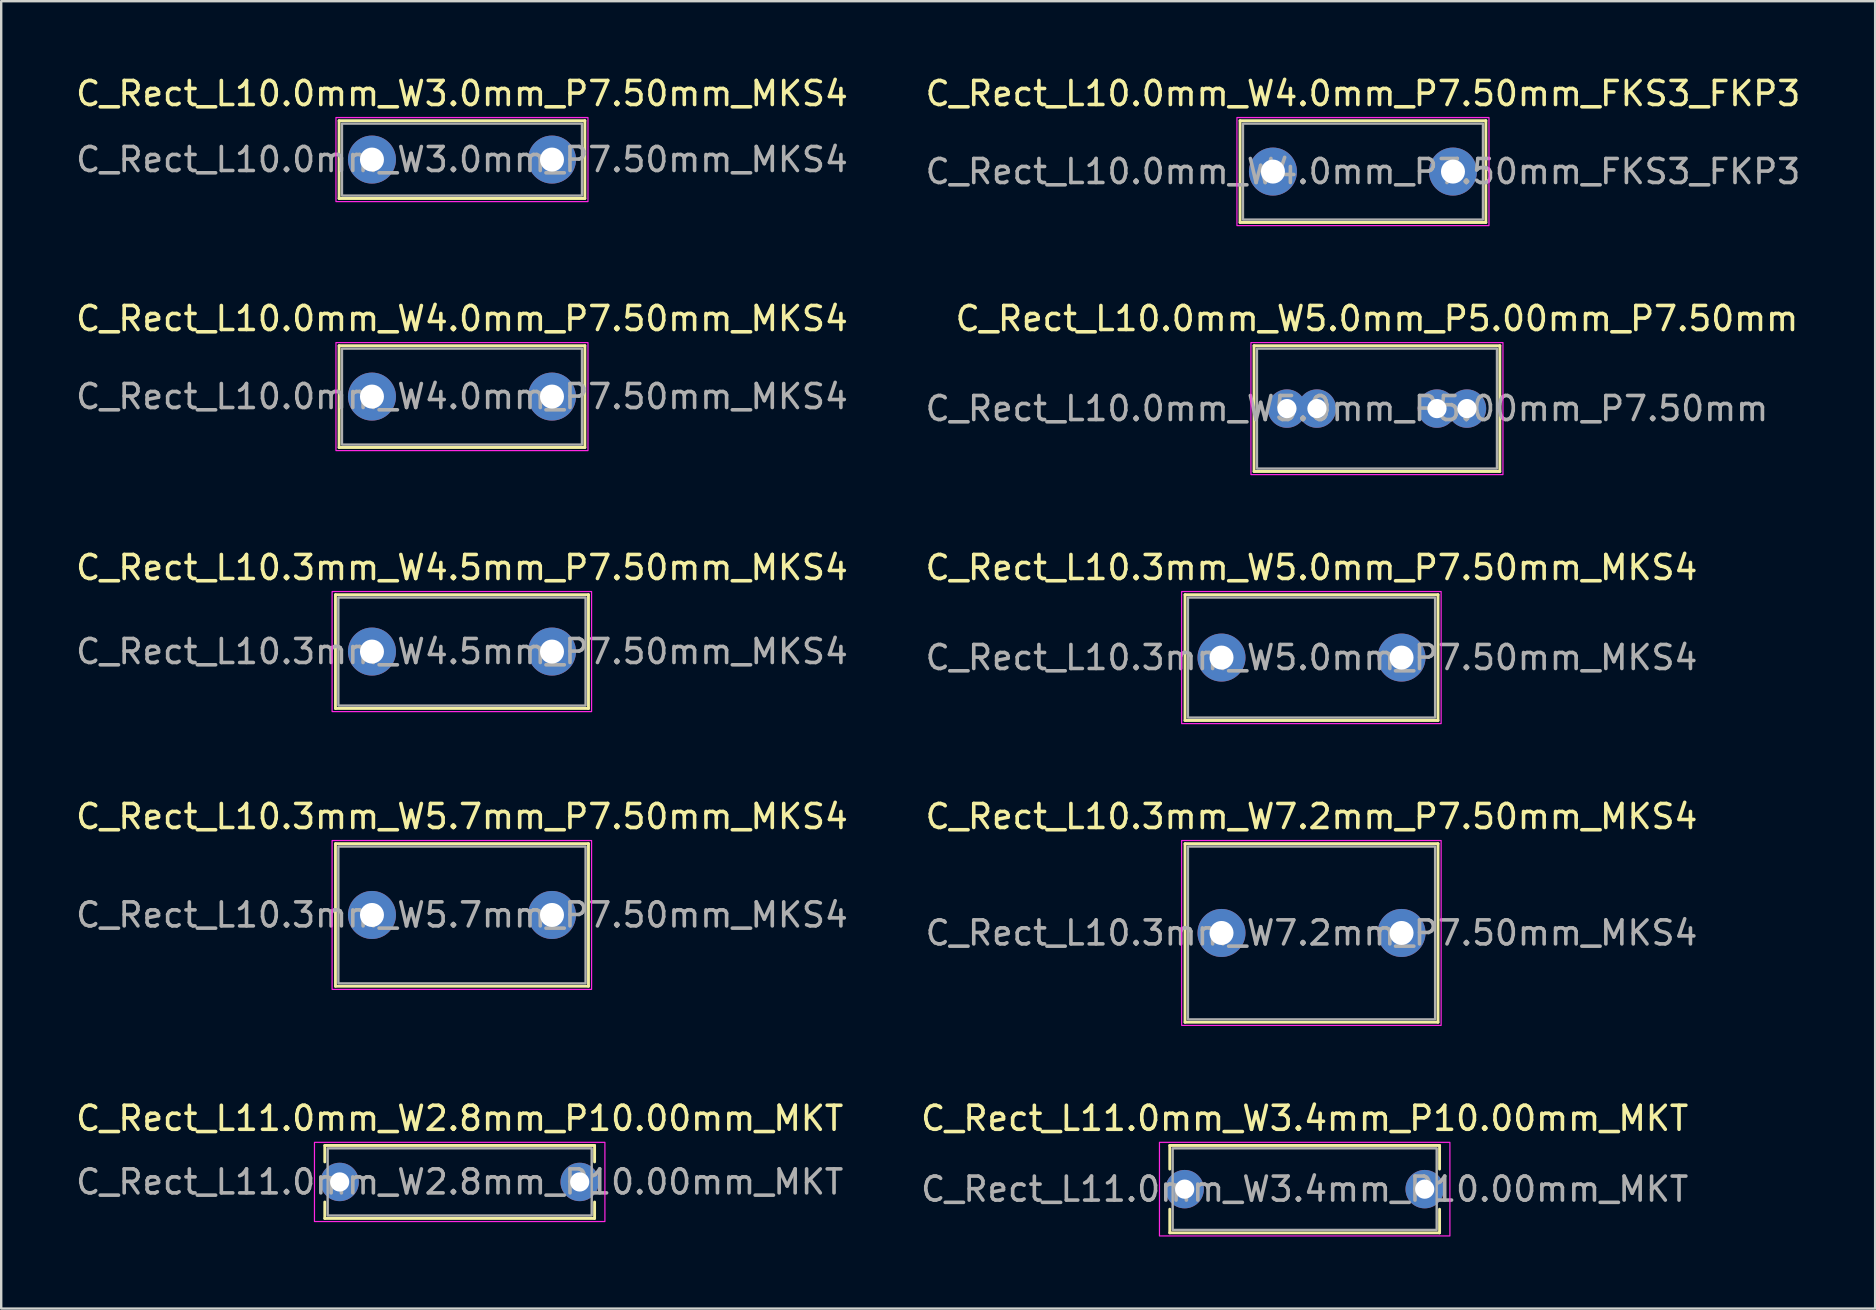
<source format=kicad_pcb>
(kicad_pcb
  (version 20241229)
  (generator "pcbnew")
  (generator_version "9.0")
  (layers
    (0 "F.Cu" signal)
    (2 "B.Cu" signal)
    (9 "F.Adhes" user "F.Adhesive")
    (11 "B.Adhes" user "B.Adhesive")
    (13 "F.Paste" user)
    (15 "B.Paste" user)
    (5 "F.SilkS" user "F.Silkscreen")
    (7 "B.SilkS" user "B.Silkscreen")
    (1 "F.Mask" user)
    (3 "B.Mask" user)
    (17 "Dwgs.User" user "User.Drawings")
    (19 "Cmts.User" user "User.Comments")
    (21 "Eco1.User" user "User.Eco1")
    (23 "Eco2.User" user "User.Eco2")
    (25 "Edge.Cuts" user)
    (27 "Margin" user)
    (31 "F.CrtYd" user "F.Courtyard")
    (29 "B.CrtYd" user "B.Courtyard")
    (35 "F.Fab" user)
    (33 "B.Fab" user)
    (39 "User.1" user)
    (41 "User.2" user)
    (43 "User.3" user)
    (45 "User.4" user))
  (footprint "C_Rect_L11.0mm_W2.8mm_P10.00mm_MKT"
    (layer "F.Cu")
    (at 11.101 46.191)
    (property "Reference" "C_Rect_L11.0mm_W2.8mm_P10.00mm_MKT" (at 5 -2.65 0) (layer "F.SilkS") (effects (font (size 1 1) (thickness 0.15))))
    (attr through_hole)
    (fp_line (start -0.62 -1.52) (end 10.62 -1.52) (stroke (width 0.12) (type solid)) (layer "F.SilkS"))
    (fp_line (start -0.62 -0.835) (end -0.62 -1.52) (stroke (width 0.12) (type solid)) (layer "F.SilkS"))
    (fp_line (start -0.62 1.52) (end -0.62 0.835) (stroke (width 0.12) (type solid)) (layer "F.SilkS"))
    (fp_line (start 10.62 -1.52) (end 10.62 -0.835) (stroke (width 0.12) (type solid)) (layer "F.SilkS"))
    (fp_line (start 10.62 0.835) (end 10.62 1.52) (stroke (width 0.12) (type solid)) (layer "F.SilkS"))
    (fp_line (start 10.62 1.52) (end -0.62 1.52) (stroke (width 0.12) (type solid)) (layer "F.SilkS"))
    (fp_rect (start -1.05 -1.65) (end 11.05 1.65) (stroke (width 0.05) (type solid)) (fill no) (layer "F.CrtYd"))
    (fp_rect (start -0.5 -1.4) (end 10.5 1.4) (stroke (width 0.1) (type solid)) (fill no) (layer "F.Fab"))
    (fp_text user "${REFERENCE}" (at 5 0 0) (layer "F.Fab") (effects (font (size 1 1) (thickness 0.15))))
    (pad "1" thru_hole circle (at 0 0) (size 1.6 1.6) (drill 0.8) (layers "*.Cu" "*.Mask"))
    (pad "2" thru_hole circle (at 10 0) (size 1.6 1.6) (drill 0.8) (layers "*.Cu" "*.Mask")))
  (footprint "C_Rect_L10.3mm_W5.7mm_P7.50mm_MKS4"
    (layer "F.Cu")
    (at 12.446 35.068)
    (property "Reference" "C_Rect_L10.3mm_W5.7mm_P7.50mm_MKS4" (at 3.75 -4.1 0) (layer "F.SilkS") (effects (font (size 1 1) (thickness 0.15))))
    (attr through_hole)
    (fp_line (start -1.52 -2.97) (end 9.02 -2.97) (stroke (width 0.12) (type solid)) (layer "F.SilkS"))
    (fp_line (start -1.52 2.97) (end -1.52 -2.97) (stroke (width 0.12) (type solid)) (layer "F.SilkS"))
    (fp_line (start 9.02 -2.97) (end 9.02 2.97) (stroke (width 0.12) (type solid)) (layer "F.SilkS"))
    (fp_line (start 9.02 2.97) (end -1.52 2.97) (stroke (width 0.12) (type solid)) (layer "F.SilkS"))
    (fp_rect (start -1.66 -3.1) (end 9.15 3.1) (stroke (width 0.05) (type solid)) (fill no) (layer "F.CrtYd"))
    (fp_rect (start -1.4 -2.85) (end 8.9 2.85) (stroke (width 0.1) (type solid)) (fill no) (layer "F.Fab"))
    (fp_text user "${REFERENCE}" (at 3.75 0 0) (layer "F.Fab") (effects (font (size 1 1) (thickness 0.15))))
    (pad "1" thru_hole circle (at 0 0) (size 2 2) (drill 1) (layers "*.Cu" "*.Mask"))
    (pad "2" thru_hole circle (at 7.5 0) (size 2 2) (drill 1) (layers "*.Cu" "*.Mask")))
  (footprint "C_Rect_L10.3mm_W7.2mm_P7.50mm_MKS4"
    (layer "F.Cu")
    (at 47.839 35.818)
    (property "Reference" "C_Rect_L10.3mm_W7.2mm_P7.50mm_MKS4" (at 3.75 -4.85 0) (layer "F.SilkS") (effects (font (size 1 1) (thickness 0.15))))
    (attr through_hole)
    (fp_line (start -1.52 -3.72) (end 9.02 -3.72) (stroke (width 0.12) (type solid)) (layer "F.SilkS"))
    (fp_line (start -1.52 3.72) (end -1.52 -3.72) (stroke (width 0.12) (type solid)) (layer "F.SilkS"))
    (fp_line (start 9.02 -3.72) (end 9.02 3.72) (stroke (width 0.12) (type solid)) (layer "F.SilkS"))
    (fp_line (start 9.02 3.72) (end -1.52 3.72) (stroke (width 0.12) (type solid)) (layer "F.SilkS"))
    (fp_rect (start -1.66 -3.85) (end 9.15 3.85) (stroke (width 0.05) (type solid)) (fill no) (layer "F.CrtYd"))
    (fp_rect (start -1.4 -3.6) (end 8.9 3.6) (stroke (width 0.1) (type solid)) (fill no) (layer "F.Fab"))
    (fp_text user "${REFERENCE}" (at 3.75 0 0) (layer "F.Fab") (effects (font (size 1 1) (thickness 0.15))))
    (pad "1" thru_hole circle (at 0 0) (size 2 2) (drill 1) (layers "*.Cu" "*.Mask"))
    (pad "2" thru_hole circle (at 7.5 0) (size 2 2) (drill 1) (layers "*.Cu" "*.Mask")))
  (footprint "C_Rect_L10.3mm_W5.0mm_P7.50mm_MKS4"
    (layer "F.Cu")
    (at 47.839 24.345)
    (property "Reference" "C_Rect_L10.3mm_W5.0mm_P7.50mm_MKS4" (at 3.75 -3.75 0) (layer "F.SilkS") (effects (font (size 1 1) (thickness 0.15))))
    (attr through_hole)
    (fp_line (start -1.52 -2.62) (end 9.02 -2.62) (stroke (width 0.12) (type solid)) (layer "F.SilkS"))
    (fp_line (start -1.52 2.62) (end -1.52 -2.62) (stroke (width 0.12) (type solid)) (layer "F.SilkS"))
    (fp_line (start 9.02 -2.62) (end 9.02 2.62) (stroke (width 0.12) (type solid)) (layer "F.SilkS"))
    (fp_line (start 9.02 2.62) (end -1.52 2.62) (stroke (width 0.12) (type solid)) (layer "F.SilkS"))
    (fp_rect (start -1.66 -2.75) (end 9.15 2.75) (stroke (width 0.05) (type solid)) (fill no) (layer "F.CrtYd"))
    (fp_rect (start -1.4 -2.5) (end 8.9 2.5) (stroke (width 0.1) (type solid)) (fill no) (layer "F.Fab"))
    (fp_text user "${REFERENCE}" (at 3.75 0 0) (layer "F.Fab") (effects (font (size 1 1) (thickness 0.15))))
    (pad "1" thru_hole circle (at 0 0) (size 2 2) (drill 1) (layers "*.Cu" "*.Mask"))
    (pad "2" thru_hole circle (at 7.5 0) (size 2 2) (drill 1) (layers "*.Cu" "*.Mask")))
  (footprint "C_Rect_L10.0mm_W4.0mm_P7.50mm_FKS3_FKP3"
    (layer "F.Cu")
    (at 49.982 4.098)
    (property "Reference" "C_Rect_L10.0mm_W4.0mm_P7.50mm_FKS3_FKP3" (at 3.75 -3.25 0) (layer "F.SilkS") (effects (font (size 1 1) (thickness 0.15))))
    (attr through_hole)
    (fp_line (start -1.37 -2.12) (end 8.87 -2.12) (stroke (width 0.12) (type solid)) (layer "F.SilkS"))
    (fp_line (start -1.37 2.12) (end -1.37 -2.12) (stroke (width 0.12) (type solid)) (layer "F.SilkS"))
    (fp_line (start 8.87 -2.12) (end 8.87 2.12) (stroke (width 0.12) (type solid)) (layer "F.SilkS"))
    (fp_line (start 8.87 2.12) (end -1.37 2.12) (stroke (width 0.12) (type solid)) (layer "F.SilkS"))
    (fp_rect (start -1.5 -2.25) (end 9 2.25) (stroke (width 0.05) (type solid)) (fill no) (layer "F.CrtYd"))
    (fp_rect (start -1.25 -2) (end 8.75 2) (stroke (width 0.1) (type solid)) (fill no) (layer "F.Fab"))
    (fp_text user "${REFERENCE}" (at 3.75 0 0) (layer "F.Fab") (effects (font (size 1 1) (thickness 0.15))))
    (pad "1" thru_hole circle (at 0 0) (size 2 2) (drill 1) (layers "*.Cu" "*.Mask"))
    (pad "2" thru_hole circle (at 7.5 0) (size 2 2) (drill 1) (layers "*.Cu" "*.Mask")))
  (footprint "C_Rect_L10.0mm_W4.0mm_P7.50mm_MKS4"
    (layer "F.Cu")
    (at 12.446 13.472)
    (property "Reference" "C_Rect_L10.0mm_W4.0mm_P7.50mm_MKS4" (at 3.75 -3.25 0) (layer "F.SilkS") (effects (font (size 1 1) (thickness 0.15))))
    (attr through_hole)
    (fp_line (start -1.37 -2.12) (end 8.87 -2.12) (stroke (width 0.12) (type solid)) (layer "F.SilkS"))
    (fp_line (start -1.37 2.12) (end -1.37 -2.12) (stroke (width 0.12) (type solid)) (layer "F.SilkS"))
    (fp_line (start 8.87 -2.12) (end 8.87 2.12) (stroke (width 0.12) (type solid)) (layer "F.SilkS"))
    (fp_line (start 8.87 2.12) (end -1.37 2.12) (stroke (width 0.12) (type solid)) (layer "F.SilkS"))
    (fp_rect (start -1.5 -2.25) (end 9 2.25) (stroke (width 0.05) (type solid)) (fill no) (layer "F.CrtYd"))
    (fp_rect (start -1.25 -2) (end 8.75 2) (stroke (width 0.1) (type solid)) (fill no) (layer "F.Fab"))
    (fp_text user "${REFERENCE}" (at 3.75 0 0) (layer "F.Fab") (effects (font (size 1 1) (thickness 0.15))))
    (pad "1" thru_hole circle (at 0 0) (size 2 2) (drill 1) (layers "*.Cu" "*.Mask"))
    (pad "2" thru_hole circle (at 7.5 0) (size 2 2) (drill 1) (layers "*.Cu" "*.Mask")))
  (footprint "C_Rect_L10.3mm_W4.5mm_P7.50mm_MKS4"
    (layer "F.Cu")
    (at 12.446 24.095)
    (property "Reference" "C_Rect_L10.3mm_W4.5mm_P7.50mm_MKS4" (at 3.75 -3.5 0) (layer "F.SilkS") (effects (font (size 1 1) (thickness 0.15))))
    (attr through_hole)
    (fp_line (start -1.52 -2.37) (end 9.02 -2.37) (stroke (width 0.12) (type solid)) (layer "F.SilkS"))
    (fp_line (start -1.52 2.37) (end -1.52 -2.37) (stroke (width 0.12) (type solid)) (layer "F.SilkS"))
    (fp_line (start 9.02 -2.37) (end 9.02 2.37) (stroke (width 0.12) (type solid)) (layer "F.SilkS"))
    (fp_line (start 9.02 2.37) (end -1.52 2.37) (stroke (width 0.12) (type solid)) (layer "F.SilkS"))
    (fp_rect (start -1.66 -2.5) (end 9.15 2.5) (stroke (width 0.05) (type solid)) (fill no) (layer "F.CrtYd"))
    (fp_rect (start -1.4 -2.25) (end 8.9 2.25) (stroke (width 0.1) (type solid)) (fill no) (layer "F.Fab"))
    (fp_text user "${REFERENCE}" (at 3.75 0 0) (layer "F.Fab") (effects (font (size 1 1) (thickness 0.15))))
    (pad "1" thru_hole circle (at 0 0) (size 2 2) (drill 1) (layers "*.Cu" "*.Mask"))
    (pad "2" thru_hole circle (at 7.5 0) (size 2 2) (drill 1) (layers "*.Cu" "*.Mask")))
  (footprint "C_Rect_L10.0mm_W3.0mm_P7.50mm_MKS4"
    (layer "F.Cu")
    (at 12.446 3.598)
    (property "Reference" "C_Rect_L10.0mm_W3.0mm_P7.50mm_MKS4" (at 3.75 -2.75 0) (layer "F.SilkS") (effects (font (size 1 1) (thickness 0.15))))
    (attr through_hole)
    (fp_line (start -1.37 -1.62) (end 8.87 -1.62) (stroke (width 0.12) (type solid)) (layer "F.SilkS"))
    (fp_line (start -1.37 1.62) (end -1.37 -1.62) (stroke (width 0.12) (type solid)) (layer "F.SilkS"))
    (fp_line (start 8.87 -1.62) (end 8.87 1.62) (stroke (width 0.12) (type solid)) (layer "F.SilkS"))
    (fp_line (start 8.87 1.62) (end -1.37 1.62) (stroke (width 0.12) (type solid)) (layer "F.SilkS"))
    (fp_rect (start -1.5 -1.75) (end 9 1.75) (stroke (width 0.05) (type solid)) (fill no) (layer "F.CrtYd"))
    (fp_rect (start -1.25 -1.5) (end 8.75 1.5) (stroke (width 0.1) (type solid)) (fill no) (layer "F.Fab"))
    (fp_text user "${REFERENCE}" (at 3.75 0 0) (layer "F.Fab") (effects (font (size 1 1) (thickness 0.15))))
    (pad "1" thru_hole circle (at 0 0) (size 2 2) (drill 1) (layers "*.Cu" "*.Mask"))
    (pad "2" thru_hole circle (at 7.5 0) (size 2 2) (drill 1) (layers "*.Cu" "*.Mask")))
  (footprint "C_Rect_L10.0mm_W5.0mm_P5.00mm_P7.50mm"
    (layer "F.Cu")
    (at 50.565 13.972)
    (property "Reference" "C_Rect_L10.0mm_W5.0mm_P5.00mm_P7.50mm" (at 3.75 -3.75 0) (layer "F.SilkS") (effects (font (size 1 1) (thickness 0.15))))
    (attr through_hole)
    (fp_line (start -1.37 -2.62) (end 8.87 -2.62) (stroke (width 0.12) (type solid)) (layer "F.SilkS"))
    (fp_line (start -1.37 2.62) (end -1.37 -2.62) (stroke (width 0.12) (type solid)) (layer "F.SilkS"))
    (fp_line (start 8.87 -2.62) (end 8.87 2.62) (stroke (width 0.12) (type solid)) (layer "F.SilkS"))
    (fp_line (start 8.87 2.62) (end -1.37 2.62) (stroke (width 0.12) (type solid)) (layer "F.SilkS"))
    (fp_rect (start -1.5 -2.75) (end 9 2.75) (stroke (width 0.05) (type solid)) (fill no) (layer "F.CrtYd"))
    (fp_rect (start -1.25 -2.5) (end 8.75 2.5) (stroke (width 0.1) (type solid)) (fill no) (layer "F.Fab"))
    (fp_text user "${REFERENCE}" (at 2.5 0 0) (layer "F.Fab") (effects (font (size 1 1) (thickness 0.15))))
    (pad "1" thru_hole circle (at 0 0) (size 1.6 1.6) (drill 0.8) (layers "*.Cu" "*.Mask"))
    (pad "1" thru_hole circle (at 1.25 0) (size 1.6 1.6) (drill 0.8) (layers "*.Cu" "*.Mask"))
    (pad "2" thru_hole circle (at 6.25 0) (size 1.6 1.6) (drill 0.8) (layers "*.Cu" "*.Mask"))
    (pad "2" thru_hole circle (at 7.5 0) (size 1.6 1.6) (drill 0.8) (layers "*.Cu" "*.Mask")))
  (footprint "C_Rect_L11.0mm_W3.4mm_P10.00mm_MKT"
    (layer "F.Cu")
    (at 46.304 46.491)
    (property "Reference" "C_Rect_L11.0mm_W3.4mm_P10.00mm_MKT" (at 5 -2.95 0) (layer "F.SilkS") (effects (font (size 1 1) (thickness 0.15))))
    (attr through_hole)
    (fp_line (start -0.62 -1.82) (end 10.62 -1.82) (stroke (width 0.12) (type solid)) (layer "F.SilkS"))
    (fp_line (start -0.62 -0.835) (end -0.62 -1.82) (stroke (width 0.12) (type solid)) (layer "F.SilkS"))
    (fp_line (start -0.62 1.82) (end -0.62 0.835) (stroke (width 0.12) (type solid)) (layer "F.SilkS"))
    (fp_line (start 10.62 -1.82) (end 10.62 -0.835) (stroke (width 0.12) (type solid)) (layer "F.SilkS"))
    (fp_line (start 10.62 0.835) (end 10.62 1.82) (stroke (width 0.12) (type solid)) (layer "F.SilkS"))
    (fp_line (start 10.62 1.82) (end -0.62 1.82) (stroke (width 0.12) (type solid)) (layer "F.SilkS"))
    (fp_rect (start -1.05 -1.95) (end 11.05 1.95) (stroke (width 0.05) (type solid)) (fill no) (layer "F.CrtYd"))
    (fp_rect (start -0.5 -1.7) (end 10.5 1.7) (stroke (width 0.1) (type solid)) (fill no) (layer "F.Fab"))
    (fp_text user "${REFERENCE}" (at 5 0 0) (layer "F.Fab") (effects (font (size 1 1) (thickness 0.15))))
    (pad "1" thru_hole circle (at 0 0) (size 1.6 1.6) (drill 0.8) (layers "*.Cu" "*.Mask"))
    (pad "2" thru_hole circle (at 10 0) (size 1.6 1.6) (drill 0.8) (layers "*.Cu" "*.Mask")))
  (gr_rect
    (start -3 -3)
    (end 75.071 51.466)
    (stroke (width 0.1) (type default))
    (fill no)
    (layer "Edge.Cuts")))
</source>
